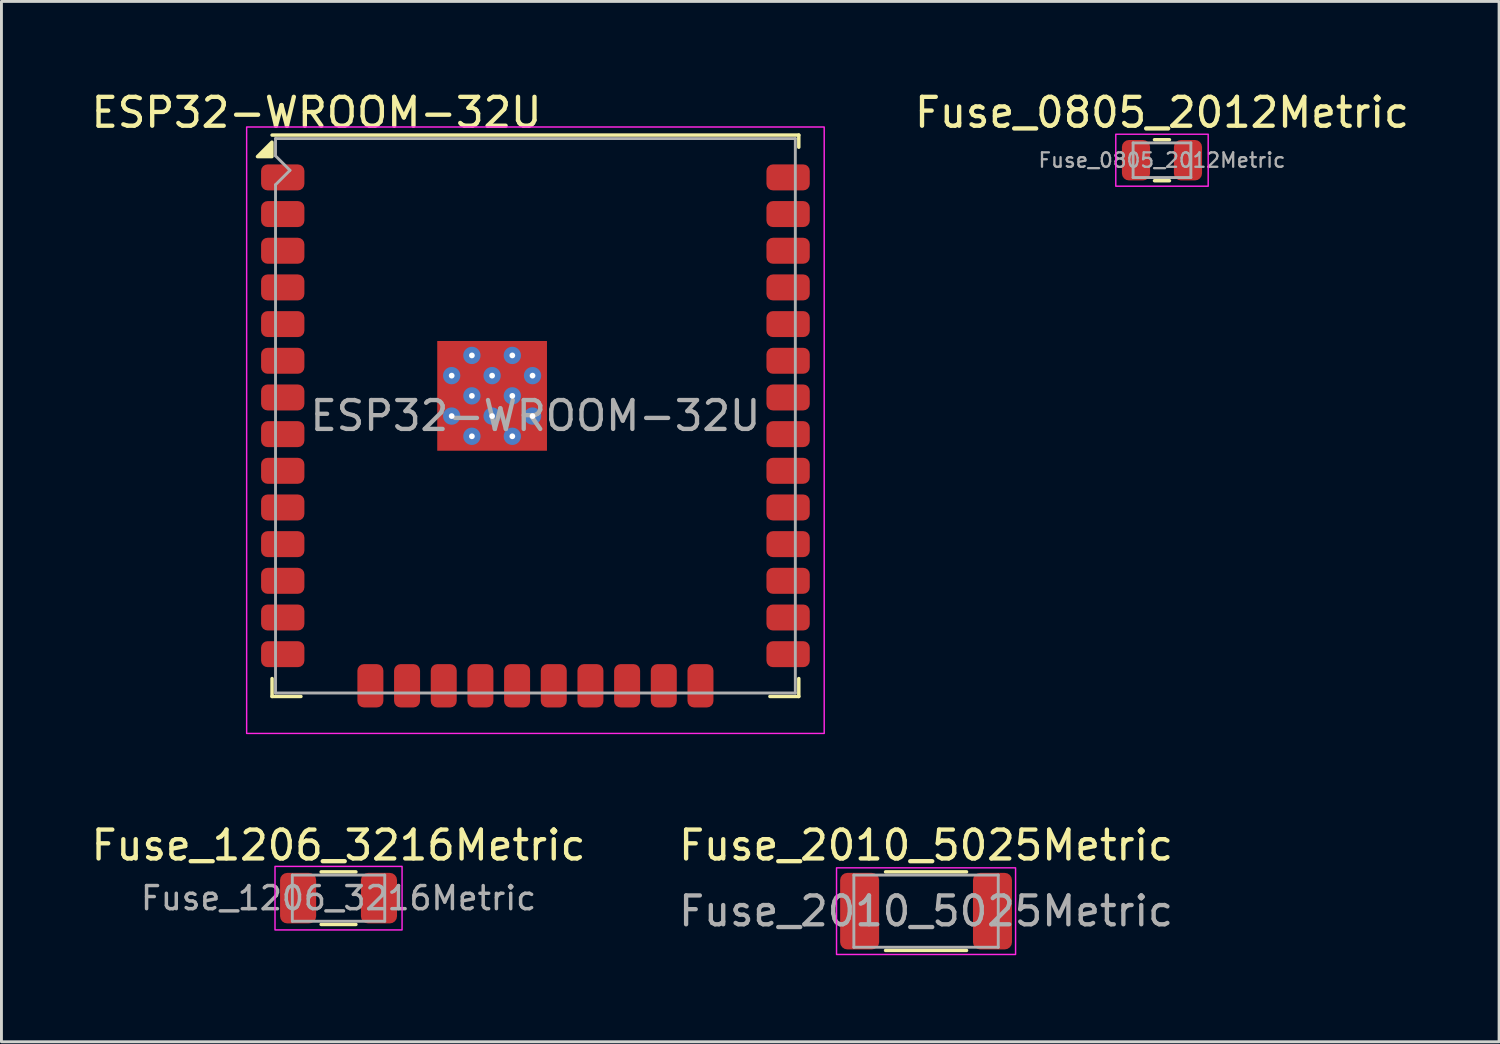
<source format=kicad_pcb>
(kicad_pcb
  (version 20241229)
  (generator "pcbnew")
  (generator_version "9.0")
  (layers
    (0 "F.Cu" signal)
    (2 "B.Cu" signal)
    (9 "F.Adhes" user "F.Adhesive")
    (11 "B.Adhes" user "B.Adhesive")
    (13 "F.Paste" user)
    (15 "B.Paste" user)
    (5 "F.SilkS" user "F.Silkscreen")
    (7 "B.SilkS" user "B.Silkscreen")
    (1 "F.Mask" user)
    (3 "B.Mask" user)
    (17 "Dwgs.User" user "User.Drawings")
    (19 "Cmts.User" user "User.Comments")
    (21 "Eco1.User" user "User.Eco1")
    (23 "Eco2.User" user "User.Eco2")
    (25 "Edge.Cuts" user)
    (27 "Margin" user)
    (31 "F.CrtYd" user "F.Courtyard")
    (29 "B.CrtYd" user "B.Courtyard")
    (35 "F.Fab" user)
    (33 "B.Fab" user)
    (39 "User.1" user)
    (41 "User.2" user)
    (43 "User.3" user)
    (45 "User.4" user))
  (footprint "Fuse_0805_2012Metric"
    (layer "F.Cu")
    (at 37.188 2.498)
    (property "Reference" "Fuse_0805_2012Metric" (at 0 -1.65 0) (layer "F.SilkS") (effects (font (size 1 1) (thickness 0.15))))
    (attr smd)
    (fp_line (start -0.259 -0.71) (end 0.259 -0.71) (stroke (width 0.12) (type solid)) (layer "F.SilkS"))
    (fp_line (start -0.259 0.71) (end 0.259 0.71) (stroke (width 0.12) (type solid)) (layer "F.SilkS"))
    (fp_rect (start -1.6 -0.9) (end 1.6 0.9) (stroke (width 0.05) (type default)) (fill no) (layer "F.CrtYd"))
    (fp_line (start -1 -0.6) (end 1 -0.6) (stroke (width 0.1) (type solid)) (layer "F.Fab"))
    (fp_line (start -1 0.6) (end -1 -0.6) (stroke (width 0.1) (type solid)) (layer "F.Fab"))
    (fp_line (start 1 -0.6) (end 1 0.6) (stroke (width 0.1) (type solid)) (layer "F.Fab"))
    (fp_line (start 1 0.6) (end -1 0.6) (stroke (width 0.1) (type solid)) (layer "F.Fab"))
    (fp_text user "${REFERENCE}" (at 0 0 0) (layer "F.Fab") (effects (font (size 0.5 0.5) (thickness 0.08))))
    (pad "1" smd roundrect (at -0.9 0) (size 0.975 1.4) (layers "F.Cu" "F.Mask" "F.Paste") (roundrect_rratio 0.25))
    (pad "2" smd roundrect (at 0.9 0) (size 0.975 1.4) (layers "F.Cu" "F.Mask" "F.Paste") (roundrect_rratio 0.25)))
  (footprint "Fuse_1206_3216Metric"
    (layer "F.Cu")
    (at 8.673 28.052)
    (property "Reference" "Fuse_1206_3216Metric" (at 0 -1.83 0) (layer "F.SilkS") (effects (font (size 1 1) (thickness 0.15))))
    (attr smd)
    (fp_line (start -0.602 -0.91) (end 0.602 -0.91) (stroke (width 0.12) (type solid)) (layer "F.SilkS"))
    (fp_line (start -0.602 0.91) (end 0.602 0.91) (stroke (width 0.12) (type solid)) (layer "F.SilkS"))
    (fp_rect (start -2.2 -1.1) (end 2.2 1.1) (stroke (width 0.05) (type default)) (fill no) (layer "F.CrtYd"))
    (fp_line (start -1.6 -0.8) (end 1.6 -0.8) (stroke (width 0.1) (type solid)) (layer "F.Fab"))
    (fp_line (start -1.6 0.8) (end -1.6 -0.8) (stroke (width 0.1) (type solid)) (layer "F.Fab"))
    (fp_line (start 1.6 -0.8) (end 1.6 0.8) (stroke (width 0.1) (type solid)) (layer "F.Fab"))
    (fp_line (start 1.6 0.8) (end -1.6 0.8) (stroke (width 0.1) (type solid)) (layer "F.Fab"))
    (fp_text user "${REFERENCE}" (at 0 0 0) (layer "F.Fab") (effects (font (size 0.8 0.8) (thickness 0.12))))
    (pad "1" smd roundrect (at -1.4 0) (size 1.25 1.75) (layers "F.Cu" "F.Mask" "F.Paste") (roundrect_rratio 0.2))
    (pad "2" smd roundrect (at 1.4 0) (size 1.25 1.75) (layers "F.Cu" "F.Mask" "F.Paste") (roundrect_rratio 0.2)))
  (footprint "ESP32-WROOM-32U"
    (layer "F.Cu")
    (at 15.491 11.348)
    (property "Reference" "ESP32-WROOM-32U" (at -7.58 -10.5 180) (layer "F.SilkS") (effects (font (size 1 1) (thickness 0.15))))
    (attr smd)
    (fp_line (start -9.12 -9.72) (end 9.12 -9.72) (stroke (width 0.12) (type solid)) (layer "F.SilkS"))
    (fp_line (start -9.12 9.1) (end -9.12 9.72) (stroke (width 0.12) (type solid)) (layer "F.SilkS"))
    (fp_line (start -9.12 9.72) (end -8.12 9.72) (stroke (width 0.12) (type solid)) (layer "F.SilkS"))
    (fp_line (start 9.12 -9.72) (end 9.12 -9.3) (stroke (width 0.12) (type solid)) (layer "F.SilkS"))
    (fp_line (start 9.12 9.1) (end 9.12 9.72) (stroke (width 0.12) (type solid)) (layer "F.SilkS"))
    (fp_line (start 9.12 9.72) (end 8.12 9.72) (stroke (width 0.12) (type solid)) (layer "F.SilkS"))
    (fp_poly (pts (xy -9.125 -8.975) (xy -9.625 -8.975) (xy -9.125 -9.475) (xy -9.125 -8.975)) (stroke (width 0.12) (type solid)) (fill yes) (layer "F.SilkS"))
    (fp_rect (start -10 -10) (end 10 11) (stroke (width 0.05) (type default)) (fill no) (layer "F.CrtYd"))
    (fp_line (start -9 -9.6) (end -9 -9) (stroke (width 0.1) (type solid)) (layer "F.Fab"))
    (fp_line (start -9 -9.6) (end 9 -9.6) (stroke (width 0.1) (type solid)) (layer "F.Fab"))
    (fp_line (start -9 -8) (end -9 9.6) (stroke (width 0.1) (type solid)) (layer "F.Fab"))
    (fp_line (start -9 -8) (end -8.5 -8.5) (stroke (width 0.1) (type solid)) (layer "F.Fab"))
    (fp_line (start -9 9.6) (end 9 9.6) (stroke (width 0.1) (type solid)) (layer "F.Fab"))
    (fp_line (start -8.5 -8.5) (end -9 -9) (stroke (width 0.1) (type solid)) (layer "F.Fab"))
    (fp_line (start 9 9.6) (end 9 -9.6) (stroke (width 0.1) (type solid)) (layer "F.Fab"))
    (fp_text user "${REFERENCE}" (at 0 0 0) (layer "F.Fab") (effects (font (size 1 1) (thickness 0.15))))
    (pad "1" smd roundrect (at -8.75 -8.255) (size 1.5 0.9) (layers "F.Cu" "F.Mask" "F.Paste") (roundrect_rratio 0.25))
    (pad "2" smd roundrect (at -8.75 -6.985) (size 1.5 0.9) (layers "F.Cu" "F.Mask" "F.Paste") (roundrect_rratio 0.25))
    (pad "3" smd roundrect (at -8.75 -5.715) (size 1.5 0.9) (layers "F.Cu" "F.Mask" "F.Paste") (roundrect_rratio 0.25))
    (pad "4" smd roundrect (at -8.75 -4.445) (size 1.5 0.9) (layers "F.Cu" "F.Mask" "F.Paste") (roundrect_rratio 0.25))
    (pad "5" smd roundrect (at -8.75 -3.175) (size 1.5 0.9) (layers "F.Cu" "F.Mask" "F.Paste") (roundrect_rratio 0.25))
    (pad "6" smd roundrect (at -8.75 -1.905) (size 1.5 0.9) (layers "F.Cu" "F.Mask" "F.Paste") (roundrect_rratio 0.25))
    (pad "7" smd roundrect (at -8.75 -0.635) (size 1.5 0.9) (layers "F.Cu" "F.Mask" "F.Paste") (roundrect_rratio 0.25))
    (pad "8" smd roundrect (at -8.75 0.635) (size 1.5 0.9) (layers "F.Cu" "F.Mask" "F.Paste") (roundrect_rratio 0.25))
    (pad "9" smd roundrect (at -8.75 1.905) (size 1.5 0.9) (layers "F.Cu" "F.Mask" "F.Paste") (roundrect_rratio 0.25))
    (pad "10" smd roundrect (at -8.75 3.175) (size 1.5 0.9) (layers "F.Cu" "F.Mask" "F.Paste") (roundrect_rratio 0.25))
    (pad "11" smd roundrect (at -8.75 4.445) (size 1.5 0.9) (layers "F.Cu" "F.Mask" "F.Paste") (roundrect_rratio 0.25))
    (pad "12" smd roundrect (at -8.75 5.715) (size 1.5 0.9) (layers "F.Cu" "F.Mask" "F.Paste") (roundrect_rratio 0.25))
    (pad "13" smd roundrect (at -8.75 6.985) (size 1.5 0.9) (layers "F.Cu" "F.Mask" "F.Paste") (roundrect_rratio 0.25))
    (pad "14" smd roundrect (at -8.75 8.255) (size 1.5 0.9) (layers "F.Cu" "F.Mask" "F.Paste") (roundrect_rratio 0.25))
    (pad "15" smd roundrect (at -5.715 9.35 90) (size 1.5 0.9) (layers "F.Cu" "F.Mask" "F.Paste") (roundrect_rratio 0.25))
    (pad "16" smd roundrect (at -4.445 9.35 90) (size 1.5 0.9) (layers "F.Cu" "F.Mask" "F.Paste") (roundrect_rratio 0.25))
    (pad "17" smd roundrect (at -3.175 9.35 90) (size 1.5 0.9) (layers "F.Cu" "F.Mask" "F.Paste") (roundrect_rratio 0.25))
    (pad "18" smd roundrect (at -1.905 9.35 90) (size 1.5 0.9) (layers "F.Cu" "F.Mask" "F.Paste") (roundrect_rratio 0.25))
    (pad "19" smd roundrect (at -0.635 9.35 90) (size 1.5 0.9) (layers "F.Cu" "F.Mask" "F.Paste") (roundrect_rratio 0.25))
    (pad "20" smd roundrect (at 0.635 9.35 90) (size 1.5 0.9) (layers "F.Cu" "F.Mask" "F.Paste") (roundrect_rratio 0.25))
    (pad "21" smd roundrect (at 1.905 9.35 90) (size 1.5 0.9) (layers "F.Cu" "F.Mask" "F.Paste") (roundrect_rratio 0.25))
    (pad "22" smd roundrect (at 3.175 9.35 90) (size 1.5 0.9) (layers "F.Cu" "F.Mask" "F.Paste") (roundrect_rratio 0.25))
    (pad "23" smd roundrect (at 4.445 9.35 90) (size 1.5 0.9) (layers "F.Cu" "F.Mask" "F.Paste") (roundrect_rratio 0.25))
    (pad "24" smd roundrect (at 5.715 9.35 90) (size 1.5 0.9) (layers "F.Cu" "F.Mask" "F.Paste") (roundrect_rratio 0.25))
    (pad "25" smd roundrect (at 8.75 8.255) (size 1.5 0.9) (layers "F.Cu" "F.Mask" "F.Paste") (roundrect_rratio 0.25))
    (pad "26" smd roundrect (at 8.75 6.985) (size 1.5 0.9) (layers "F.Cu" "F.Mask" "F.Paste") (roundrect_rratio 0.25))
    (pad "27" smd roundrect (at 8.75 5.715) (size 1.5 0.9) (layers "F.Cu" "F.Mask" "F.Paste") (roundrect_rratio 0.25))
    (pad "28" smd roundrect (at 8.75 4.445) (size 1.5 0.9) (layers "F.Cu" "F.Mask" "F.Paste") (roundrect_rratio 0.25))
    (pad "29" smd roundrect (at 8.75 3.175) (size 1.5 0.9) (layers "F.Cu" "F.Mask" "F.Paste") (roundrect_rratio 0.25))
    (pad "30" smd roundrect (at 8.75 1.905) (size 1.5 0.9) (layers "F.Cu" "F.Mask" "F.Paste") (roundrect_rratio 0.25))
    (pad "31" smd roundrect (at 8.75 0.635) (size 1.5 0.9) (layers "F.Cu" "F.Mask" "F.Paste") (roundrect_rratio 0.25))
    (pad "32" smd roundrect (at 8.75 -0.635) (size 1.5 0.9) (layers "F.Cu" "F.Mask" "F.Paste") (roundrect_rratio 0.25))
    (pad "33" smd roundrect (at 8.75 -1.905) (size 1.5 0.9) (layers "F.Cu" "F.Mask" "F.Paste") (roundrect_rratio 0.25))
    (pad "34" smd roundrect (at 8.75 -3.175) (size 1.5 0.9) (layers "F.Cu" "F.Mask" "F.Paste") (roundrect_rratio 0.25))
    (pad "35" smd roundrect (at 8.75 -4.445) (size 1.5 0.9) (layers "F.Cu" "F.Mask" "F.Paste") (roundrect_rratio 0.25))
    (pad "36" smd roundrect (at 8.75 -5.715) (size 1.5 0.9) (layers "F.Cu" "F.Mask" "F.Paste") (roundrect_rratio 0.25))
    (pad "37" smd roundrect (at 8.75 -6.985) (size 1.5 0.9) (layers "F.Cu" "F.Mask" "F.Paste") (roundrect_rratio 0.25))
    (pad "38" smd roundrect (at 8.75 -8.255) (size 1.5 0.9) (layers "F.Cu" "F.Mask" "F.Paste") (roundrect_rratio 0.25))
    (pad "39" smd rect (at -2.9 -2.09) (size 0.9 0.9) (layers "F.Cu" "F.Paste"))
    (pad "39" thru_hole circle (at -2.9 -1.39) (size 0.6 0.6) (drill 0.2) (property pad_prop_heatsink) (layers "*.Cu" "F.Mask"))
    (pad "39" smd rect (at -2.9 -0.69) (size 0.9 0.9) (layers "F.Cu" "F.Paste"))
    (pad "39" thru_hole circle (at -2.9 0.01) (size 0.6 0.6) (drill 0.2) (property pad_prop_heatsink) (layers "*.Cu" "F.Mask"))
    (pad "39" smd rect (at -2.9 0.71) (size 0.9 0.9) (layers "F.Cu" "F.Paste"))
    (pad "39" thru_hole circle (at -2.2 -2.09) (size 0.6 0.6) (drill 0.2) (property pad_prop_heatsink) (layers "*.Cu" "F.Mask"))
    (pad "39" thru_hole circle (at -2.2 -0.69) (size 0.6 0.6) (drill 0.2) (property pad_prop_heatsink) (layers "*.Cu" "F.Mask"))
    (pad "39" thru_hole circle (at -2.2 0.71) (size 0.6 0.6) (drill 0.2) (property pad_prop_heatsink) (layers "*.Cu" "F.Mask"))
    (pad "39" smd rect (at -1.5 -2.09) (size 0.9 0.9) (layers "F.Cu" "F.Paste"))
    (pad "39" thru_hole circle (at -1.5 -1.39) (size 0.6 0.6) (drill 0.2) (property pad_prop_heatsink) (layers "*.Cu" "F.Mask"))
    (pad "39" smd rect (at -1.5 -0.69) (size 0.9 0.9) (layers "F.Cu" "F.Paste"))
    (pad "39" smd rect (at -1.5 -0.69) (size 3.8 3.8) (property pad_prop_heatsink) (layers "F.Cu" "F.Mask"))
    (pad "39" thru_hole circle (at -1.5 0.01) (size 0.6 0.6) (drill 0.2) (property pad_prop_heatsink) (layers "*.Cu" "F.Mask"))
    (pad "39" smd rect (at -1.5 0.71) (size 0.9 0.9) (layers "F.Cu" "F.Paste"))
    (pad "39" thru_hole circle (at -0.8 -2.09) (size 0.6 0.6) (drill 0.2) (property pad_prop_heatsink) (layers "*.Cu" "F.Mask"))
    (pad "39" thru_hole circle (at -0.8 -0.69) (size 0.6 0.6) (drill 0.2) (property pad_prop_heatsink) (layers "*.Cu" "F.Mask"))
    (pad "39" thru_hole circle (at -0.8 0.71) (size 0.6 0.6) (drill 0.2) (property pad_prop_heatsink) (layers "*.Cu" "F.Mask"))
    (pad "39" smd rect (at -0.1 -2.09) (size 0.9 0.9) (layers "F.Cu" "F.Paste"))
    (pad "39" thru_hole circle (at -0.1 -1.39) (size 0.6 0.6) (drill 0.2) (property pad_prop_heatsink) (layers "*.Cu" "F.Mask"))
    (pad "39" smd rect (at -0.1 -0.69) (size 0.9 0.9) (layers "F.Cu" "F.Paste"))
    (pad "39" thru_hole circle (at -0.1 0.01) (size 0.6 0.6) (drill 0.2) (property pad_prop_heatsink) (layers "*.Cu" "F.Mask"))
    (pad "39" smd rect (at -0.1 0.71) (size 0.9 0.9) (layers "F.Cu" "F.Paste")))
  (footprint "Fuse_2010_5025Metric"
    (layer "F.Cu")
    (at 29.018 28.502)
    (property "Reference" "Fuse_2010_5025Metric" (at 0 -2.28 0) (layer "F.SilkS") (effects (font (size 1 1) (thickness 0.15))))
    (attr smd)
    (fp_line (start -1.402 -1.36) (end 1.402 -1.36) (stroke (width 0.12) (type solid)) (layer "F.SilkS"))
    (fp_line (start -1.402 1.36) (end 1.402 1.36) (stroke (width 0.12) (type solid)) (layer "F.SilkS"))
    (fp_rect (start -3.1 -1.5) (end 3.1 1.5) (stroke (width 0.05) (type default)) (fill no) (layer "F.CrtYd"))
    (fp_line (start -2.5 -1.25) (end 2.5 -1.25) (stroke (width 0.1) (type solid)) (layer "F.Fab"))
    (fp_line (start -2.5 1.25) (end -2.5 -1.25) (stroke (width 0.1) (type solid)) (layer "F.Fab"))
    (fp_line (start 2.5 -1.25) (end 2.5 1.25) (stroke (width 0.1) (type solid)) (layer "F.Fab"))
    (fp_line (start 2.5 1.25) (end -2.5 1.25) (stroke (width 0.1) (type solid)) (layer "F.Fab"))
    (fp_text user "${REFERENCE}" (at 0 0 0) (layer "F.Fab") (effects (font (size 1 1) (thickness 0.15))))
    (pad "1" smd roundrect (at -2.3 0) (size 1.35 2.65) (layers "F.Cu" "F.Mask" "F.Paste") (roundrect_rratio 0.185))
    (pad "2" smd roundrect (at 2.3 0) (size 1.35 2.65) (layers "F.Cu" "F.Mask" "F.Paste") (roundrect_rratio 0.185)))
  (gr_rect
    (start -3 -3)
    (end 48.861 33.026)
    (stroke (width 0.1) (type default))
    (fill no)
    (layer "Edge.Cuts")))
</source>
